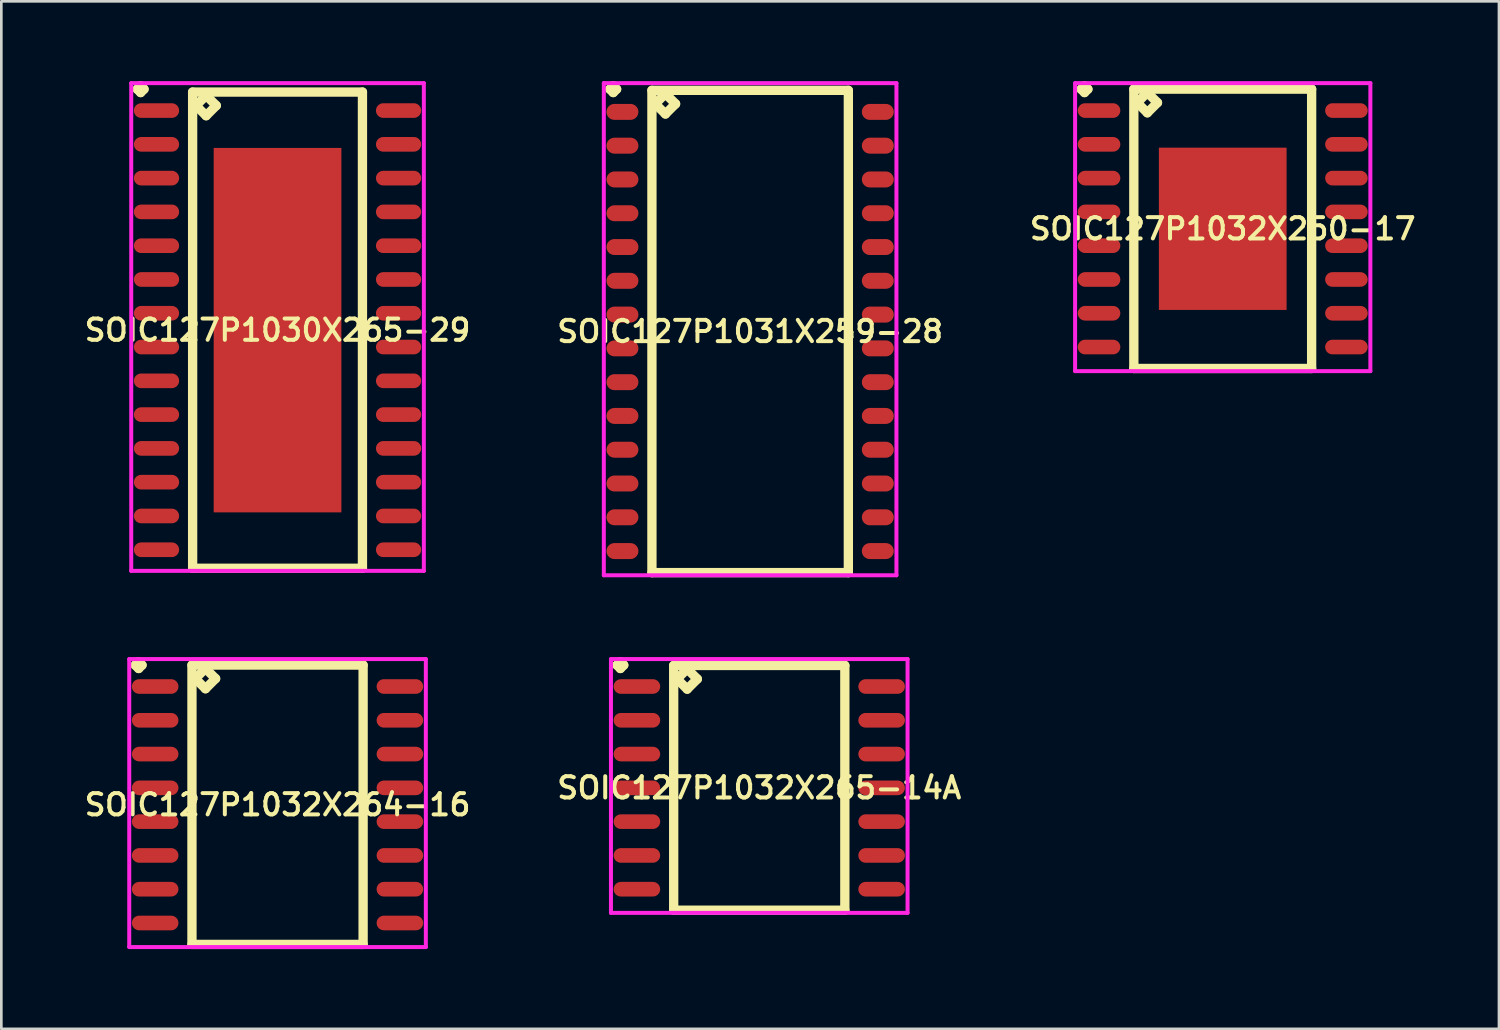
<source format=kicad_pcb>
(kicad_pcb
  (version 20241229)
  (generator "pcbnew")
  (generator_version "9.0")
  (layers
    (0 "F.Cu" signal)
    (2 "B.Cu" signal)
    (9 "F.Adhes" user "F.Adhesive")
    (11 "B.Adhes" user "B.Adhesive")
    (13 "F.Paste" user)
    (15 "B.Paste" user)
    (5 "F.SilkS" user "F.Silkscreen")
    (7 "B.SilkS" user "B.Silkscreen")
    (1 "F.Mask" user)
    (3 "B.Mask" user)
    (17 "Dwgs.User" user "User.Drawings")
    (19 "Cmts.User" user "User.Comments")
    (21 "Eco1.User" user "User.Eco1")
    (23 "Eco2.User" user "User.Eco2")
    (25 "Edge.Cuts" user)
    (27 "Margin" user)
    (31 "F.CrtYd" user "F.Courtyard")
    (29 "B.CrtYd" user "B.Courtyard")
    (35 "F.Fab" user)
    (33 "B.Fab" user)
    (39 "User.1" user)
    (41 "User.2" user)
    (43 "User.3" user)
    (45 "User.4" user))
  (footprint "SOIC127P1032X264-16"
    (layer "F.Cu")
    (at 7.383 27.202)
    (property "Reference" "SOIC127P1032X264-16" (at 0 0 0) (layer "F.SilkS") (effects (font (size 0.8 0.8) (thickness 0.15))))
    (attr smd)
    (fp_line (start -5.348 -5.249) (end -5.221 -5.376) (stroke (width 0.35) (type solid)) (layer "F.SilkS"))
    (fp_line (start -5.221 -5.376) (end -5.094 -5.249) (stroke (width 0.35) (type solid)) (layer "F.SilkS"))
    (fp_line (start -5.221 -5.122) (end -5.348 -5.249) (stroke (width 0.35) (type solid)) (layer "F.SilkS"))
    (fp_line (start -5.094 -5.249) (end -5.221 -5.122) (stroke (width 0.35) (type solid)) (layer "F.SilkS"))
    (fp_line (start -3.217 -5.25) (end -3.217 5.25) (stroke (width 0.35) (type solid)) (layer "F.SilkS"))
    (fp_line (start -3.217 5.25) (end 3.217 5.25) (stroke (width 0.35) (type solid)) (layer "F.SilkS"))
    (fp_line (start -3.09 -4.742) (end -2.709 -5.123) (stroke (width 0.35) (type solid)) (layer "F.SilkS"))
    (fp_line (start -2.709 -5.123) (end -2.328 -4.742) (stroke (width 0.35) (type solid)) (layer "F.SilkS"))
    (fp_line (start -2.709 -4.361) (end -3.09 -4.742) (stroke (width 0.35) (type solid)) (layer "F.SilkS"))
    (fp_line (start -2.328 -4.742) (end -2.709 -4.361) (stroke (width 0.35) (type solid)) (layer "F.SilkS"))
    (fp_line (start 3.217 -5.25) (end -3.217 -5.25) (stroke (width 0.35) (type solid)) (layer "F.SilkS"))
    (fp_line (start 3.217 5.25) (end 3.217 -5.25) (stroke (width 0.35) (type solid)) (layer "F.SilkS"))
    (fp_line (start -5.575 -5.476) (end 5.575 -5.476) (stroke (width 0.15) (type solid)) (layer "F.CrtYd"))
    (fp_line (start -5.575 5.35) (end -5.575 -5.476) (stroke (width 0.15) (type solid)) (layer "F.CrtYd"))
    (fp_line (start 5.575 -5.476) (end 5.575 5.35) (stroke (width 0.15) (type solid)) (layer "F.CrtYd"))
    (fp_line (start 5.575 5.35) (end -5.575 5.35) (stroke (width 0.15) (type solid)) (layer "F.CrtYd"))
    (pad "1" smd oval (at -4.6 -4.445) (size 1.75 0.55) (layers "F.Cu" "F.Mask" "F.Paste"))
    (pad "2" smd oval (at -4.6 -3.175) (size 1.75 0.55) (layers "F.Cu" "F.Mask" "F.Paste"))
    (pad "3" smd oval (at -4.6 -1.905) (size 1.75 0.55) (layers "F.Cu" "F.Mask" "F.Paste"))
    (pad "4" smd oval (at -4.6 -0.635) (size 1.75 0.55) (layers "F.Cu" "F.Mask" "F.Paste"))
    (pad "5" smd oval (at -4.6 0.635) (size 1.75 0.55) (layers "F.Cu" "F.Mask" "F.Paste"))
    (pad "6" smd oval (at -4.6 1.905) (size 1.75 0.55) (layers "F.Cu" "F.Mask" "F.Paste"))
    (pad "7" smd oval (at -4.6 3.175) (size 1.75 0.55) (layers "F.Cu" "F.Mask" "F.Paste"))
    (pad "8" smd oval (at -4.6 4.445) (size 1.75 0.55) (layers "F.Cu" "F.Mask" "F.Paste"))
    (pad "9" smd oval (at 4.6 4.445) (size 1.75 0.55) (layers "F.Cu" "F.Mask" "F.Paste"))
    (pad "10" smd oval (at 4.6 3.175) (size 1.75 0.55) (layers "F.Cu" "F.Mask" "F.Paste"))
    (pad "11" smd oval (at 4.6 1.905) (size 1.75 0.55) (layers "F.Cu" "F.Mask" "F.Paste"))
    (pad "12" smd oval (at 4.6 0.635) (size 1.75 0.55) (layers "F.Cu" "F.Mask" "F.Paste"))
    (pad "13" smd oval (at 4.6 -0.635) (size 1.75 0.55) (layers "F.Cu" "F.Mask" "F.Paste"))
    (pad "14" smd oval (at 4.6 -1.905) (size 1.75 0.55) (layers "F.Cu" "F.Mask" "F.Paste"))
    (pad "15" smd oval (at 4.6 -3.175) (size 1.75 0.55) (layers "F.Cu" "F.Mask" "F.Paste"))
    (pad "16" smd oval (at 4.6 -4.445) (size 1.75 0.55) (layers "F.Cu" "F.Mask" "F.Paste")))
  (footprint "SOIC127P1032X265-14A"
    (layer "F.Cu")
    (at 25.492 26.567)
    (property "Reference" "SOIC127P1032X265-14A" (at 0 0 0) (layer "F.SilkS") (effects (font (size 0.8 0.8) (thickness 0.15))))
    (attr smd)
    (fp_line (start -5.348 -4.614) (end -5.221 -4.741) (stroke (width 0.35) (type solid)) (layer "F.SilkS"))
    (fp_line (start -5.221 -4.741) (end -5.094 -4.614) (stroke (width 0.35) (type solid)) (layer "F.SilkS"))
    (fp_line (start -5.221 -4.487) (end -5.348 -4.614) (stroke (width 0.35) (type solid)) (layer "F.SilkS"))
    (fp_line (start -5.094 -4.614) (end -5.221 -4.487) (stroke (width 0.35) (type solid)) (layer "F.SilkS"))
    (fp_line (start -3.217 -4.6) (end -3.217 4.6) (stroke (width 0.35) (type solid)) (layer "F.SilkS"))
    (fp_line (start -3.217 4.6) (end 3.217 4.6) (stroke (width 0.35) (type solid)) (layer "F.SilkS"))
    (fp_line (start -3.09 -4.092) (end -2.709 -4.473) (stroke (width 0.35) (type solid)) (layer "F.SilkS"))
    (fp_line (start -2.709 -4.473) (end -2.328 -4.092) (stroke (width 0.35) (type solid)) (layer "F.SilkS"))
    (fp_line (start -2.709 -3.711) (end -3.09 -4.092) (stroke (width 0.35) (type solid)) (layer "F.SilkS"))
    (fp_line (start -2.328 -4.092) (end -2.709 -3.711) (stroke (width 0.35) (type solid)) (layer "F.SilkS"))
    (fp_line (start 3.217 -4.6) (end -3.217 -4.6) (stroke (width 0.35) (type solid)) (layer "F.SilkS"))
    (fp_line (start 3.217 4.6) (end 3.217 -4.6) (stroke (width 0.35) (type solid)) (layer "F.SilkS"))
    (fp_line (start -5.575 -4.841) (end 5.575 -4.841) (stroke (width 0.15) (type solid)) (layer "F.CrtYd"))
    (fp_line (start -5.575 4.7) (end -5.575 -4.841) (stroke (width 0.15) (type solid)) (layer "F.CrtYd"))
    (fp_line (start 5.575 -4.841) (end 5.575 4.7) (stroke (width 0.15) (type solid)) (layer "F.CrtYd"))
    (fp_line (start 5.575 4.7) (end -5.575 4.7) (stroke (width 0.15) (type solid)) (layer "F.CrtYd"))
    (pad "1" smd oval (at -4.6 -3.81) (size 1.75 0.55) (layers "F.Cu" "F.Mask" "F.Paste"))
    (pad "2" smd oval (at -4.6 -2.54) (size 1.75 0.55) (layers "F.Cu" "F.Mask" "F.Paste"))
    (pad "3" smd oval (at -4.6 -1.27) (size 1.75 0.55) (layers "F.Cu" "F.Mask" "F.Paste"))
    (pad "4" smd oval (at -4.6 0) (size 1.75 0.55) (layers "F.Cu" "F.Mask" "F.Paste"))
    (pad "5" smd oval (at -4.6 1.27) (size 1.75 0.55) (layers "F.Cu" "F.Mask" "F.Paste"))
    (pad "6" smd oval (at -4.6 2.54) (size 1.75 0.55) (layers "F.Cu" "F.Mask" "F.Paste"))
    (pad "7" smd oval (at -4.6 3.81) (size 1.75 0.55) (layers "F.Cu" "F.Mask" "F.Paste"))
    (pad "8" smd oval (at 4.6 3.81) (size 1.75 0.55) (layers "F.Cu" "F.Mask" "F.Paste"))
    (pad "9" smd oval (at 4.6 2.54) (size 1.75 0.55) (layers "F.Cu" "F.Mask" "F.Paste"))
    (pad "10" smd oval (at 4.6 1.27) (size 1.75 0.55) (layers "F.Cu" "F.Mask" "F.Paste"))
    (pad "11" smd oval (at 4.6 0) (size 1.75 0.55) (layers "F.Cu" "F.Mask" "F.Paste"))
    (pad "12" smd oval (at 4.6 -1.27) (size 1.75 0.55) (layers "F.Cu" "F.Mask" "F.Paste"))
    (pad "13" smd oval (at 4.6 -2.54) (size 1.75 0.55) (layers "F.Cu" "F.Mask" "F.Paste"))
    (pad "14" smd oval (at 4.6 -3.81) (size 1.75 0.55) (layers "F.Cu" "F.Mask" "F.Paste")))
  (footprint "SOIC127P1031X259-28"
    (layer "F.Cu")
    (at 25.149 9.411)
    (property "Reference" "SOIC127P1031X259-28" (at 0 0 0) (layer "F.SilkS") (effects (font (size 0.8 0.8) (thickness 0.15))))
    (attr smd)
    (fp_line (start -5.273 -9.109) (end -5.146 -9.236) (stroke (width 0.35) (type solid)) (layer "F.SilkS"))
    (fp_line (start -5.146 -9.236) (end -5.019 -9.109) (stroke (width 0.35) (type solid)) (layer "F.SilkS"))
    (fp_line (start -5.146 -8.982) (end -5.273 -9.109) (stroke (width 0.35) (type solid)) (layer "F.SilkS"))
    (fp_line (start -5.019 -9.109) (end -5.146 -8.982) (stroke (width 0.35) (type solid)) (layer "F.SilkS"))
    (fp_line (start -3.692 -9.065) (end -3.692 9.065) (stroke (width 0.35) (type solid)) (layer "F.SilkS"))
    (fp_line (start -3.692 9.065) (end 3.692 9.065) (stroke (width 0.35) (type solid)) (layer "F.SilkS"))
    (fp_line (start -3.565 -8.557) (end -3.184 -8.938) (stroke (width 0.35) (type solid)) (layer "F.SilkS"))
    (fp_line (start -3.184 -8.938) (end -2.803 -8.557) (stroke (width 0.35) (type solid)) (layer "F.SilkS"))
    (fp_line (start -3.184 -8.176) (end -3.565 -8.557) (stroke (width 0.35) (type solid)) (layer "F.SilkS"))
    (fp_line (start -2.803 -8.557) (end -3.184 -8.176) (stroke (width 0.35) (type solid)) (layer "F.SilkS"))
    (fp_line (start 3.692 -9.065) (end -3.692 -9.065) (stroke (width 0.35) (type solid)) (layer "F.SilkS"))
    (fp_line (start 3.692 9.065) (end 3.692 -9.065) (stroke (width 0.35) (type solid)) (layer "F.SilkS"))
    (fp_line (start -5.5 -9.336) (end 5.5 -9.336) (stroke (width 0.15) (type solid)) (layer "F.CrtYd"))
    (fp_line (start -5.5 9.165) (end -5.5 -9.336) (stroke (width 0.15) (type solid)) (layer "F.CrtYd"))
    (fp_line (start 5.5 -9.336) (end 5.5 9.165) (stroke (width 0.15) (type solid)) (layer "F.CrtYd"))
    (fp_line (start 5.5 9.165) (end -5.5 9.165) (stroke (width 0.15) (type solid)) (layer "F.CrtYd"))
    (pad "1" smd oval (at -4.8 -8.255) (size 1.2 0.6) (layers "F.Cu" "F.Mask" "F.Paste"))
    (pad "2" smd oval (at -4.8 -6.985) (size 1.2 0.6) (layers "F.Cu" "F.Mask" "F.Paste"))
    (pad "3" smd oval (at -4.8 -5.715) (size 1.2 0.6) (layers "F.Cu" "F.Mask" "F.Paste"))
    (pad "4" smd oval (at -4.8 -4.445) (size 1.2 0.6) (layers "F.Cu" "F.Mask" "F.Paste"))
    (pad "5" smd oval (at -4.8 -3.175) (size 1.2 0.6) (layers "F.Cu" "F.Mask" "F.Paste"))
    (pad "6" smd oval (at -4.8 -1.905) (size 1.2 0.6) (layers "F.Cu" "F.Mask" "F.Paste"))
    (pad "7" smd oval (at -4.8 -0.635) (size 1.2 0.6) (layers "F.Cu" "F.Mask" "F.Paste"))
    (pad "8" smd oval (at -4.8 0.635) (size 1.2 0.6) (layers "F.Cu" "F.Mask" "F.Paste"))
    (pad "9" smd oval (at -4.8 1.905) (size 1.2 0.6) (layers "F.Cu" "F.Mask" "F.Paste"))
    (pad "10" smd oval (at -4.8 3.175) (size 1.2 0.6) (layers "F.Cu" "F.Mask" "F.Paste"))
    (pad "11" smd oval (at -4.8 4.445) (size 1.2 0.6) (layers "F.Cu" "F.Mask" "F.Paste"))
    (pad "12" smd oval (at -4.8 5.715) (size 1.2 0.6) (layers "F.Cu" "F.Mask" "F.Paste"))
    (pad "13" smd oval (at -4.8 6.985) (size 1.2 0.6) (layers "F.Cu" "F.Mask" "F.Paste"))
    (pad "14" smd oval (at -4.8 8.255) (size 1.2 0.6) (layers "F.Cu" "F.Mask" "F.Paste"))
    (pad "15" smd oval (at 4.8 8.255) (size 1.2 0.6) (layers "F.Cu" "F.Mask" "F.Paste"))
    (pad "16" smd oval (at 4.8 6.985) (size 1.2 0.6) (layers "F.Cu" "F.Mask" "F.Paste"))
    (pad "17" smd oval (at 4.8 5.715) (size 1.2 0.6) (layers "F.Cu" "F.Mask" "F.Paste"))
    (pad "18" smd oval (at 4.8 4.445) (size 1.2 0.6) (layers "F.Cu" "F.Mask" "F.Paste"))
    (pad "19" smd oval (at 4.8 3.175) (size 1.2 0.6) (layers "F.Cu" "F.Mask" "F.Paste"))
    (pad "20" smd oval (at 4.8 1.905) (size 1.2 0.6) (layers "F.Cu" "F.Mask" "F.Paste"))
    (pad "21" smd oval (at 4.8 0.635) (size 1.2 0.6) (layers "F.Cu" "F.Mask" "F.Paste"))
    (pad "22" smd oval (at 4.8 -0.635) (size 1.2 0.6) (layers "F.Cu" "F.Mask" "F.Paste"))
    (pad "23" smd oval (at 4.8 -1.905) (size 1.2 0.6) (layers "F.Cu" "F.Mask" "F.Paste"))
    (pad "24" smd oval (at 4.8 -3.175) (size 1.2 0.6) (layers "F.Cu" "F.Mask" "F.Paste"))
    (pad "25" smd oval (at 4.8 -4.445) (size 1.2 0.6) (layers "F.Cu" "F.Mask" "F.Paste"))
    (pad "26" smd oval (at 4.8 -5.715) (size 1.2 0.6) (layers "F.Cu" "F.Mask" "F.Paste"))
    (pad "27" smd oval (at 4.8 -6.985) (size 1.2 0.6) (layers "F.Cu" "F.Mask" "F.Paste"))
    (pad "28" smd oval (at 4.8 -8.255) (size 1.2 0.6) (layers "F.Cu" "F.Mask" "F.Paste")))
  (footprint "SOIC127P1030X265-29"
    (layer "F.Cu")
    (at 7.383 9.361)
    (property "Reference" "SOIC127P1030X265-29" (at 0 0 0) (layer "F.SilkS") (effects (font (size 0.8 0.8) (thickness 0.15))))
    (attr smd)
    (fp_line (start -5.273 -9.059) (end -5.146 -9.186) (stroke (width 0.35) (type solid)) (layer "F.SilkS"))
    (fp_line (start -5.146 -9.186) (end -5.019 -9.059) (stroke (width 0.35) (type solid)) (layer "F.SilkS"))
    (fp_line (start -5.146 -8.932) (end -5.273 -9.059) (stroke (width 0.35) (type solid)) (layer "F.SilkS"))
    (fp_line (start -5.019 -9.059) (end -5.146 -8.932) (stroke (width 0.35) (type solid)) (layer "F.SilkS"))
    (fp_line (start -3.192 -8.95) (end -3.192 8.95) (stroke (width 0.35) (type solid)) (layer "F.SilkS"))
    (fp_line (start -3.192 8.95) (end 3.192 8.95) (stroke (width 0.35) (type solid)) (layer "F.SilkS"))
    (fp_line (start -3.065 -8.442) (end -2.684 -8.823) (stroke (width 0.35) (type solid)) (layer "F.SilkS"))
    (fp_line (start -2.684 -8.823) (end -2.303 -8.442) (stroke (width 0.35) (type solid)) (layer "F.SilkS"))
    (fp_line (start -2.684 -8.061) (end -3.065 -8.442) (stroke (width 0.35) (type solid)) (layer "F.SilkS"))
    (fp_line (start -2.303 -8.442) (end -2.684 -8.061) (stroke (width 0.35) (type solid)) (layer "F.SilkS"))
    (fp_line (start 3.192 -8.95) (end -3.192 -8.95) (stroke (width 0.35) (type solid)) (layer "F.SilkS"))
    (fp_line (start 3.192 8.95) (end 3.192 -8.95) (stroke (width 0.35) (type solid)) (layer "F.SilkS"))
    (fp_line (start -5.5 -9.286) (end 5.5 -9.286) (stroke (width 0.15) (type solid)) (layer "F.CrtYd"))
    (fp_line (start -5.5 9.05) (end -5.5 -9.286) (stroke (width 0.15) (type solid)) (layer "F.CrtYd"))
    (fp_line (start 5.5 -9.286) (end 5.5 9.05) (stroke (width 0.15) (type solid)) (layer "F.CrtYd"))
    (fp_line (start 5.5 9.05) (end -5.5 9.05) (stroke (width 0.15) (type solid)) (layer "F.CrtYd"))
    (pad "1" smd oval (at -4.55 -8.255) (size 1.7 0.55) (layers "F.Cu" "F.Mask" "F.Paste"))
    (pad "2" smd oval (at -4.55 -6.985) (size 1.7 0.55) (layers "F.Cu" "F.Mask" "F.Paste"))
    (pad "3" smd oval (at -4.55 -5.715) (size 1.7 0.55) (layers "F.Cu" "F.Mask" "F.Paste"))
    (pad "4" smd oval (at -4.55 -4.445) (size 1.7 0.55) (layers "F.Cu" "F.Mask" "F.Paste"))
    (pad "5" smd oval (at -4.55 -3.175) (size 1.7 0.55) (layers "F.Cu" "F.Mask" "F.Paste"))
    (pad "6" smd oval (at -4.55 -1.905) (size 1.7 0.55) (layers "F.Cu" "F.Mask" "F.Paste"))
    (pad "7" smd oval (at -4.55 -0.635) (size 1.7 0.55) (layers "F.Cu" "F.Mask" "F.Paste"))
    (pad "8" smd oval (at -4.55 0.635) (size 1.7 0.55) (layers "F.Cu" "F.Mask" "F.Paste"))
    (pad "9" smd oval (at -4.55 1.905) (size 1.7 0.55) (layers "F.Cu" "F.Mask" "F.Paste"))
    (pad "10" smd oval (at -4.55 3.175) (size 1.7 0.55) (layers "F.Cu" "F.Mask" "F.Paste"))
    (pad "11" smd oval (at -4.55 4.445) (size 1.7 0.55) (layers "F.Cu" "F.Mask" "F.Paste"))
    (pad "12" smd oval (at -4.55 5.715) (size 1.7 0.55) (layers "F.Cu" "F.Mask" "F.Paste"))
    (pad "13" smd oval (at -4.55 6.985) (size 1.7 0.55) (layers "F.Cu" "F.Mask" "F.Paste"))
    (pad "14" smd oval (at -4.55 8.255) (size 1.7 0.55) (layers "F.Cu" "F.Mask" "F.Paste"))
    (pad "15" smd oval (at 4.55 8.255) (size 1.7 0.55) (layers "F.Cu" "F.Mask" "F.Paste"))
    (pad "16" smd oval (at 4.55 6.985) (size 1.7 0.55) (layers "F.Cu" "F.Mask" "F.Paste"))
    (pad "17" smd oval (at 4.55 5.715) (size 1.7 0.55) (layers "F.Cu" "F.Mask" "F.Paste"))
    (pad "18" smd oval (at 4.55 4.445) (size 1.7 0.55) (layers "F.Cu" "F.Mask" "F.Paste"))
    (pad "19" smd oval (at 4.55 3.175) (size 1.7 0.55) (layers "F.Cu" "F.Mask" "F.Paste"))
    (pad "20" smd oval (at 4.55 1.905) (size 1.7 0.55) (layers "F.Cu" "F.Mask" "F.Paste"))
    (pad "21" smd oval (at 4.55 0.635) (size 1.7 0.55) (layers "F.Cu" "F.Mask" "F.Paste"))
    (pad "22" smd oval (at 4.55 -0.635) (size 1.7 0.55) (layers "F.Cu" "F.Mask" "F.Paste"))
    (pad "23" smd oval (at 4.55 -1.905) (size 1.7 0.55) (layers "F.Cu" "F.Mask" "F.Paste"))
    (pad "24" smd oval (at 4.55 -3.175) (size 1.7 0.55) (layers "F.Cu" "F.Mask" "F.Paste"))
    (pad "25" smd oval (at 4.55 -4.445) (size 1.7 0.55) (layers "F.Cu" "F.Mask" "F.Paste"))
    (pad "26" smd oval (at 4.55 -5.715) (size 1.7 0.55) (layers "F.Cu" "F.Mask" "F.Paste"))
    (pad "27" smd oval (at 4.55 -6.985) (size 1.7 0.55) (layers "F.Cu" "F.Mask" "F.Paste"))
    (pad "28" smd oval (at 4.55 -8.255) (size 1.7 0.55) (layers "F.Cu" "F.Mask" "F.Paste"))
    (pad "29" smd rect (at 0 0) (size 4.8 13.7) (layers "F.Cu" "F.Mask" "F.Paste")))
  (footprint "SOIC127P1032X250-17"
    (layer "F.Cu")
    (at 42.915 5.551)
    (property "Reference" "SOIC127P1032X250-17" (at 0 0 0) (layer "F.SilkS") (effects (font (size 0.8 0.8) (thickness 0.15))))
    (attr smd)
    (fp_line (start -5.323 -5.249) (end -5.196 -5.376) (stroke (width 0.35) (type solid)) (layer "F.SilkS"))
    (fp_line (start -5.196 -5.376) (end -5.069 -5.249) (stroke (width 0.35) (type solid)) (layer "F.SilkS"))
    (fp_line (start -5.196 -5.122) (end -5.323 -5.249) (stroke (width 0.35) (type solid)) (layer "F.SilkS"))
    (fp_line (start -5.069 -5.249) (end -5.196 -5.122) (stroke (width 0.35) (type solid)) (layer "F.SilkS"))
    (fp_line (start -3.342 -5.25) (end -3.342 5.25) (stroke (width 0.35) (type solid)) (layer "F.SilkS"))
    (fp_line (start -3.342 5.25) (end 3.342 5.25) (stroke (width 0.35) (type solid)) (layer "F.SilkS"))
    (fp_line (start -3.215 -4.742) (end -2.834 -5.123) (stroke (width 0.35) (type solid)) (layer "F.SilkS"))
    (fp_line (start -2.834 -5.123) (end -2.453 -4.742) (stroke (width 0.35) (type solid)) (layer "F.SilkS"))
    (fp_line (start -2.834 -4.361) (end -3.215 -4.742) (stroke (width 0.35) (type solid)) (layer "F.SilkS"))
    (fp_line (start -2.453 -4.742) (end -2.834 -4.361) (stroke (width 0.35) (type solid)) (layer "F.SilkS"))
    (fp_line (start 3.342 -5.25) (end -3.342 -5.25) (stroke (width 0.35) (type solid)) (layer "F.SilkS"))
    (fp_line (start 3.342 5.25) (end 3.342 -5.25) (stroke (width 0.35) (type solid)) (layer "F.SilkS"))
    (fp_line (start -5.55 -5.476) (end 5.55 -5.476) (stroke (width 0.15) (type solid)) (layer "F.CrtYd"))
    (fp_line (start -5.55 5.35) (end -5.55 -5.476) (stroke (width 0.15) (type solid)) (layer "F.CrtYd"))
    (fp_line (start 5.55 -5.476) (end 5.55 5.35) (stroke (width 0.15) (type solid)) (layer "F.CrtYd"))
    (fp_line (start 5.55 5.35) (end -5.55 5.35) (stroke (width 0.15) (type solid)) (layer "F.CrtYd"))
    (pad "1" smd oval (at -4.65 -4.445) (size 1.6 0.55) (layers "F.Cu" "F.Mask" "F.Paste"))
    (pad "2" smd oval (at -4.65 -3.175) (size 1.6 0.55) (layers "F.Cu" "F.Mask" "F.Paste"))
    (pad "3" smd oval (at -4.65 -1.905) (size 1.6 0.55) (layers "F.Cu" "F.Mask" "F.Paste"))
    (pad "4" smd oval (at -4.65 -0.635) (size 1.6 0.55) (layers "F.Cu" "F.Mask" "F.Paste"))
    (pad "5" smd oval (at -4.65 0.635) (size 1.6 0.55) (layers "F.Cu" "F.Mask" "F.Paste"))
    (pad "6" smd oval (at -4.65 1.905) (size 1.6 0.55) (layers "F.Cu" "F.Mask" "F.Paste"))
    (pad "7" smd oval (at -4.65 3.175) (size 1.6 0.55) (layers "F.Cu" "F.Mask" "F.Paste"))
    (pad "8" smd oval (at -4.65 4.445) (size 1.6 0.55) (layers "F.Cu" "F.Mask" "F.Paste"))
    (pad "9" smd oval (at 4.65 4.445) (size 1.6 0.55) (layers "F.Cu" "F.Mask" "F.Paste"))
    (pad "10" smd oval (at 4.65 3.175) (size 1.6 0.55) (layers "F.Cu" "F.Mask" "F.Paste"))
    (pad "11" smd oval (at 4.65 1.905) (size 1.6 0.55) (layers "F.Cu" "F.Mask" "F.Paste"))
    (pad "12" smd oval (at 4.65 0.635) (size 1.6 0.55) (layers "F.Cu" "F.Mask" "F.Paste"))
    (pad "13" smd oval (at 4.65 -0.635) (size 1.6 0.55) (layers "F.Cu" "F.Mask" "F.Paste"))
    (pad "14" smd oval (at 4.65 -1.905) (size 1.6 0.55) (layers "F.Cu" "F.Mask" "F.Paste"))
    (pad "15" smd oval (at 4.65 -3.175) (size 1.6 0.55) (layers "F.Cu" "F.Mask" "F.Paste"))
    (pad "16" smd oval (at 4.65 -4.445) (size 1.6 0.55) (layers "F.Cu" "F.Mask" "F.Paste"))
    (pad "17" smd rect (at 0 0) (size 4.8 6.1) (layers "F.Cu" "F.Mask" "F.Paste")))
  (gr_rect
    (start -3 -3)
    (end 53.299 35.627)
    (stroke (width 0.1) (type default))
    (fill no)
    (layer "Edge.Cuts")))
</source>
